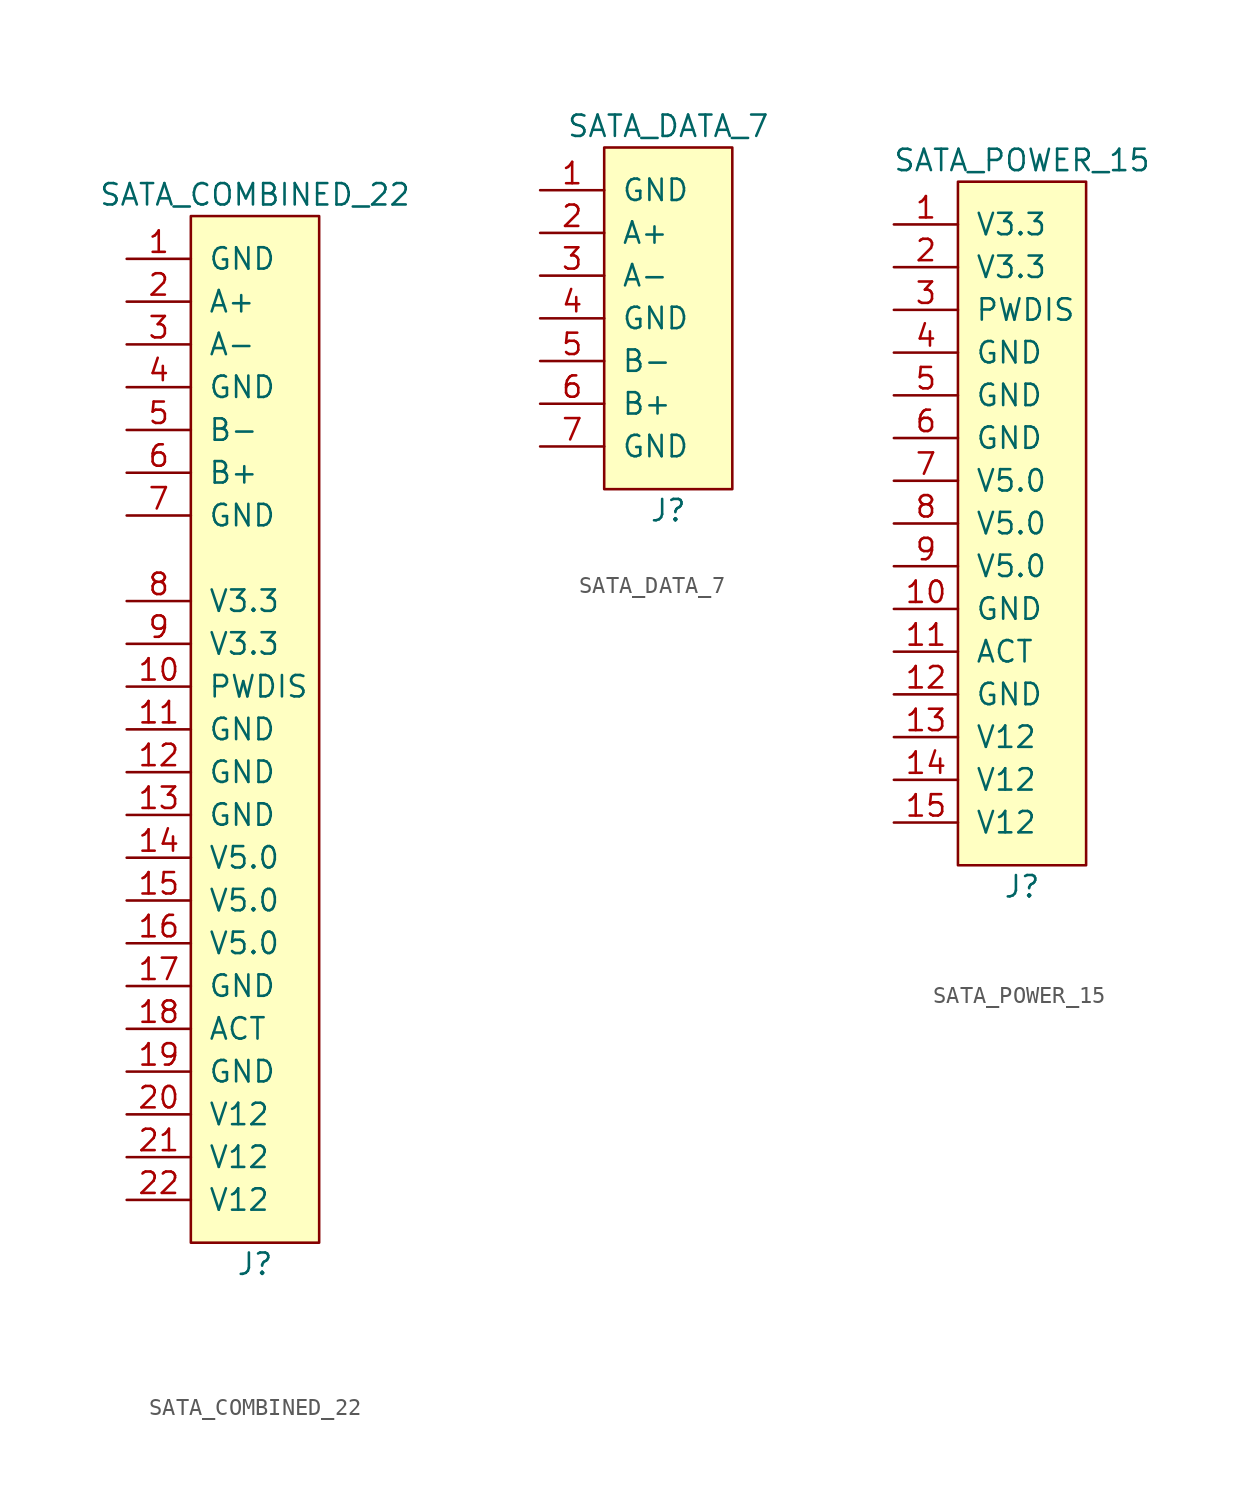
<source format=kicad_sym>
(kicad_symbol_lib
  (version 20211014)
  (generator kicad_symbol_editor)
  (symbol "SATA_COMBINED_22"
    (pin_names
      (offset 1.016))
    (property "Reference" "J"
      (at 0 -31.75 0)
      (effects (font (size 1.27 1.27))))
    (property "Value" "SATA_COMBINED_22"
      (at 0 31.75 0)
      (effects (font (size 1.27 1.27))))
    (symbol "SATA_COMBINED_22_0_1"
      (rectangle (start 3.81 30.48) (end -3.81 -30.48) (stroke (width 0) (type default) (color 0 0 0 0)) (fill (type background))))
    (symbol "SATA_COMBINED_22_1_1"
      (pin power_out line (at -7.62 27.94 0) (length 3.81) (name "GND" (effects (font (size 1.27 1.27)))) (number "1" (effects (font (size 1.27 1.27)))))
      (pin power_out line (at -7.62 2.54 0) (length 3.81) (name "PWDIS" (effects (font (size 1.27 1.27)))) (number "10" (effects (font (size 1.27 1.27)))))
      (pin power_out line (at -7.62 0 0) (length 3.81) (name "GND" (effects (font (size 1.27 1.27)))) (number "11" (effects (font (size 1.27 1.27)))))
      (pin power_out line (at -7.62 -2.54 0) (length 3.81) (name "GND" (effects (font (size 1.27 1.27)))) (number "12" (effects (font (size 1.27 1.27)))))
      (pin power_out line (at -7.62 -5.08 0) (length 3.81) (name "GND" (effects (font (size 1.27 1.27)))) (number "13" (effects (font (size 1.27 1.27)))))
      (pin power_out line (at -7.62 -7.62 0) (length 3.81) (name "V5.0" (effects (font (size 1.27 1.27)))) (number "14" (effects (font (size 1.27 1.27)))))
      (pin power_out line (at -7.62 -10.16 0) (length 3.81) (name "V5.0" (effects (font (size 1.27 1.27)))) (number "15" (effects (font (size 1.27 1.27)))))
      (pin power_out line (at -7.62 -12.7 0) (length 3.81) (name "V5.0" (effects (font (size 1.27 1.27)))) (number "16" (effects (font (size 1.27 1.27)))))
      (pin power_out line (at -7.62 -15.24 0) (length 3.81) (name "GND" (effects (font (size 1.27 1.27)))) (number "17" (effects (font (size 1.27 1.27)))))
      (pin open_collector line (at -7.62 -17.78 0) (length 3.81) (name "ACT" (effects (font (size 1.27 1.27)))) (number "18" (effects (font (size 1.27 1.27)))))
      (pin power_out line (at -7.62 -20.32 0) (length 3.81) (name "GND" (effects (font (size 1.27 1.27)))) (number "19" (effects (font (size 1.27 1.27)))))
      (pin output line (at -7.62 25.4 0) (length 3.81) (name "A+" (effects (font (size 1.27 1.27)))) (number "2" (effects (font (size 1.27 1.27)))))
      (pin power_out line (at -7.62 -22.86 0) (length 3.81) (name "V12" (effects (font (size 1.27 1.27)))) (number "20" (effects (font (size 1.27 1.27)))))
      (pin power_out line (at -7.62 -25.4 0) (length 3.81) (name "V12" (effects (font (size 1.27 1.27)))) (number "21" (effects (font (size 1.27 1.27)))))
      (pin power_out line (at -7.62 -27.94 0) (length 3.81) (name "V12" (effects (font (size 1.27 1.27)))) (number "22" (effects (font (size 1.27 1.27)))))
      (pin output line (at -7.62 22.86 0) (length 3.81) (name "A-" (effects (font (size 1.27 1.27)))) (number "3" (effects (font (size 1.27 1.27)))))
      (pin power_out line (at -7.62 20.32 0) (length 3.81) (name "GND" (effects (font (size 1.27 1.27)))) (number "4" (effects (font (size 1.27 1.27)))))
      (pin input line (at -7.62 17.78 0) (length 3.81) (name "B-" (effects (font (size 1.27 1.27)))) (number "5" (effects (font (size 1.27 1.27)))))
      (pin input line (at -7.62 15.24 0) (length 3.81) (name "B+" (effects (font (size 1.27 1.27)))) (number "6" (effects (font (size 1.27 1.27)))))
      (pin power_out line (at -7.62 12.7 0) (length 3.81) (name "GND" (effects (font (size 1.27 1.27)))) (number "7" (effects (font (size 1.27 1.27)))))
      (pin power_out line (at -7.62 7.62 0) (length 3.81) (name "V3.3" (effects (font (size 1.27 1.27)))) (number "8" (effects (font (size 1.27 1.27)))))
      (pin power_out line (at -7.62 5.08 0) (length 3.81) (name "V3.3" (effects (font (size 1.27 1.27)))) (number "9" (effects (font (size 1.27 1.27)))))))
  (symbol "SATA_DATA_7"
    (pin_names
      (offset 1.016))
    (property "Reference" "J"
      (at 0 -11.43 0)
      (effects (font (size 1.27 1.27))))
    (property "Value" "SATA_DATA_7"
      (at 0 11.43 0)
      (effects (font (size 1.27 1.27))))
    (symbol "SATA_DATA_7_0_1"
      (rectangle (start 3.81 10.16) (end -3.81 -10.16) (stroke (width 0) (type default) (color 0 0 0 0)) (fill (type background))))
    (symbol "SATA_DATA_7_1_1"
      (pin power_out line (at -7.62 7.62 0) (length 3.81) (name "GND" (effects (font (size 1.27 1.27)))) (number "1" (effects (font (size 1.27 1.27)))))
      (pin output line (at -7.62 5.08 0) (length 3.81) (name "A+" (effects (font (size 1.27 1.27)))) (number "2" (effects (font (size 1.27 1.27)))))
      (pin output line (at -7.62 2.54 0) (length 3.81) (name "A-" (effects (font (size 1.27 1.27)))) (number "3" (effects (font (size 1.27 1.27)))))
      (pin power_out line (at -7.62 0 0) (length 3.81) (name "GND" (effects (font (size 1.27 1.27)))) (number "4" (effects (font (size 1.27 1.27)))))
      (pin input line (at -7.62 -2.54 0) (length 3.81) (name "B-" (effects (font (size 1.27 1.27)))) (number "5" (effects (font (size 1.27 1.27)))))
      (pin input line (at -7.62 -5.08 0) (length 3.81) (name "B+" (effects (font (size 1.27 1.27)))) (number "6" (effects (font (size 1.27 1.27)))))
      (pin power_out line (at -7.62 -7.62 0) (length 3.81) (name "GND" (effects (font (size 1.27 1.27)))) (number "7" (effects (font (size 1.27 1.27)))))))
  (symbol "SATA_POWER_15"
    (pin_names
      (offset 1.016))
    (property "Reference" "J"
      (at 0 -31.75 0)
      (effects (font (size 1.27 1.27))))
    (property "Value" "SATA_POWER_15"
      (at 0 11.43 0)
      (effects (font (size 1.27 1.27))))
    (symbol "SATA_POWER_15_0_1"
      (rectangle (start 3.81 10.16) (end -3.81 -30.48) (stroke (width 0) (type default) (color 0 0 0 0)) (fill (type background))))
    (symbol "SATA_POWER_15_1_1"
      (pin power_out line (at -7.62 7.62 0) (length 3.81) (name "V3.3" (effects (font (size 1.27 1.27)))) (number "1" (effects (font (size 1.27 1.27)))))
      (pin power_out line (at -7.62 -15.24 0) (length 3.81) (name "GND" (effects (font (size 1.27 1.27)))) (number "10" (effects (font (size 1.27 1.27)))))
      (pin open_collector line (at -7.62 -17.78 0) (length 3.81) (name "ACT" (effects (font (size 1.27 1.27)))) (number "11" (effects (font (size 1.27 1.27)))))
      (pin power_out line (at -7.62 -20.32 0) (length 3.81) (name "GND" (effects (font (size 1.27 1.27)))) (number "12" (effects (font (size 1.27 1.27)))))
      (pin power_out line (at -7.62 -22.86 0) (length 3.81) (name "V12" (effects (font (size 1.27 1.27)))) (number "13" (effects (font (size 1.27 1.27)))))
      (pin power_out line (at -7.62 -25.4 0) (length 3.81) (name "V12" (effects (font (size 1.27 1.27)))) (number "14" (effects (font (size 1.27 1.27)))))
      (pin power_out line (at -7.62 -27.94 0) (length 3.81) (name "V12" (effects (font (size 1.27 1.27)))) (number "15" (effects (font (size 1.27 1.27)))))
      (pin power_out line (at -7.62 5.08 0) (length 3.81) (name "V3.3" (effects (font (size 1.27 1.27)))) (number "2" (effects (font (size 1.27 1.27)))))
      (pin power_out line (at -7.62 2.54 0) (length 3.81) (name "PWDIS" (effects (font (size 1.27 1.27)))) (number "3" (effects (font (size 1.27 1.27)))))
      (pin power_out line (at -7.62 0 0) (length 3.81) (name "GND" (effects (font (size 1.27 1.27)))) (number "4" (effects (font (size 1.27 1.27)))))
      (pin power_out line (at -7.62 -2.54 0) (length 3.81) (name "GND" (effects (font (size 1.27 1.27)))) (number "5" (effects (font (size 1.27 1.27)))))
      (pin power_out line (at -7.62 -5.08 0) (length 3.81) (name "GND" (effects (font (size 1.27 1.27)))) (number "6" (effects (font (size 1.27 1.27)))))
      (pin power_out line (at -7.62 -7.62 0) (length 3.81) (name "V5.0" (effects (font (size 1.27 1.27)))) (number "7" (effects (font (size 1.27 1.27)))))
      (pin power_out line (at -7.62 -10.16 0) (length 3.81) (name "V5.0" (effects (font (size 1.27 1.27)))) (number "8" (effects (font (size 1.27 1.27)))))
      (pin power_out line (at -7.62 -12.7 0) (length 3.81) (name "V5.0" (effects (font (size 1.27 1.27)))) (number "9" (effects (font (size 1.27 1.27))))))))
</source>
